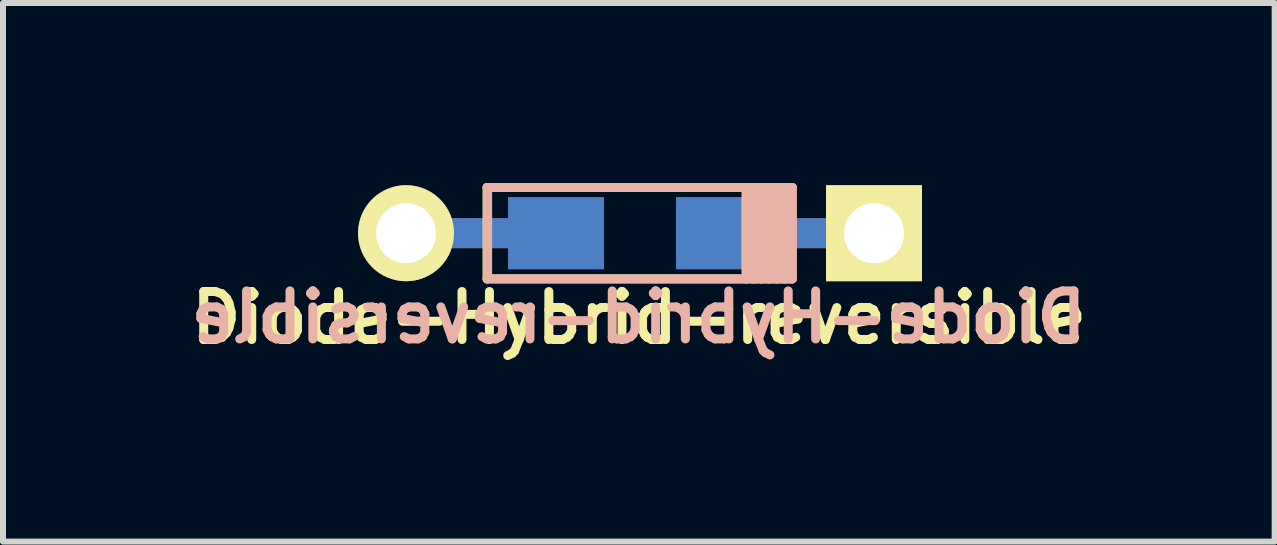
<source format=kicad_pcb>
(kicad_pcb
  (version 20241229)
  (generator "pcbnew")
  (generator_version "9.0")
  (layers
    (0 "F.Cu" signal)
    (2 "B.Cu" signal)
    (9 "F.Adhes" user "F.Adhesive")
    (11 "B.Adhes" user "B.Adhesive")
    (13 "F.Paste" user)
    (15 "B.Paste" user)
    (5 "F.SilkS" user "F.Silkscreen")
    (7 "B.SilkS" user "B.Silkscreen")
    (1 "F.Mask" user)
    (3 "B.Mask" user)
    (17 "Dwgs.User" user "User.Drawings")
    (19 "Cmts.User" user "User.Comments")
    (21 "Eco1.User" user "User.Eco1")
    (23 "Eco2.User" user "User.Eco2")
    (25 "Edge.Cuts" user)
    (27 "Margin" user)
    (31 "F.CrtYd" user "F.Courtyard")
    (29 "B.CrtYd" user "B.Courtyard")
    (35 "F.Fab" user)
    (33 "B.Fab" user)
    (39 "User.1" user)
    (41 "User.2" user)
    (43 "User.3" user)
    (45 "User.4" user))
  (footprint "Diode-Hybrid-reversible"
    (layer "F.Cu")
    (at 7.618 0.837)
    (property "Reference" "Diode-Hybrid-reversible" (at -0.025 1.4 0) (layer "B.SilkS") (effects (font (size 0.8 0.8) (thickness 0.15)) (justify mirror)))
    (attr smd)
    (fp_line (start -2.55 -0.762) (end -2.55 0.762) (stroke (width 0.15) (type solid)) (layer "F.SilkS"))
    (fp_line (start -2.55 0.762) (end 2.53 0.762) (stroke (width 0.15) (type solid)) (layer "F.SilkS"))
    (fp_line (start 1.768 0.762) (end 1.768 -0.762) (stroke (width 0.15) (type solid)) (layer "F.SilkS"))
    (fp_line (start 1.895 0.762) (end 1.895 -0.762) (stroke (width 0.15) (type solid)) (layer "F.SilkS"))
    (fp_line (start 2.022 -0.762) (end 2.022 0.762) (stroke (width 0.15) (type solid)) (layer "F.SilkS"))
    (fp_line (start 2.149 0.762) (end 2.149 -0.762) (stroke (width 0.15) (type solid)) (layer "F.SilkS"))
    (fp_line (start 2.276 -0.762) (end 2.276 0.762) (stroke (width 0.15) (type solid)) (layer "F.SilkS"))
    (fp_line (start 2.403 0.762) (end 2.403 -0.762) (stroke (width 0.15) (type solid)) (layer "F.SilkS"))
    (fp_line (start 2.53 -0.762) (end -2.55 -0.762) (stroke (width 0.15) (type solid)) (layer "F.SilkS"))
    (fp_line (start 2.53 0.762) (end 2.53 -0.762) (stroke (width 0.15) (type solid)) (layer "F.SilkS"))
    (fp_line (start -2.54 -0.762) (end -2.54 0.762) (stroke (width 0.15) (type solid)) (layer "B.SilkS"))
    (fp_line (start -2.54 0.762) (end 2.54 0.762) (stroke (width 0.15) (type solid)) (layer "B.SilkS"))
    (fp_line (start 1.778 0.762) (end 1.778 -0.762) (stroke (width 0.15) (type solid)) (layer "B.SilkS"))
    (fp_line (start 1.905 0.762) (end 1.905 -0.762) (stroke (width 0.15) (type solid)) (layer "B.SilkS"))
    (fp_line (start 2.032 -0.762) (end 2.032 0.762) (stroke (width 0.15) (type solid)) (layer "B.SilkS"))
    (fp_line (start 2.159 0.762) (end 2.159 -0.762) (stroke (width 0.15) (type solid)) (layer "B.SilkS"))
    (fp_line (start 2.286 -0.762) (end 2.286 0.762) (stroke (width 0.15) (type solid)) (layer "B.SilkS"))
    (fp_line (start 2.413 0.762) (end 2.413 -0.762) (stroke (width 0.15) (type solid)) (layer "B.SilkS"))
    (fp_line (start 2.54 -0.762) (end -2.54 -0.762) (stroke (width 0.15) (type solid)) (layer "B.SilkS"))
    (fp_line (start 2.54 0.762) (end 2.54 -0.762) (stroke (width 0.15) (type solid)) (layer "B.SilkS"))
    (fp_text user "${REFERENCE}" (at -0.015 1.41 180) (layer "F.SilkS") (effects (font (size 0.8 0.8) (thickness 0.15))))
    (pad "1" thru_hole circle (at -3.9 0) (size 1.6 1.6) (drill 1) (layers "*.Cu" "*.Mask" "F.SilkS"))
    (pad "1" smd rect (at -2.5 0) (size 2.9 0.5) (layers "F.Cu"))
    (pad "1" smd rect (at -2.45 0) (size 2.9 0.5) (layers "B.Cu"))
    (pad "1" smd rect (at -1.4 0) (size 1.6 1.2) (layers "F.Cu" "F.Mask" "F.Paste"))
    (pad "1" smd rect (at -1.4 0) (size 1.6 1.2) (layers "B.Cu" "B.Mask" "B.Paste"))
    (pad "2" smd rect (at 1.4 0) (size 1.6 1.2) (layers "F.Cu" "F.Mask" "F.Paste"))
    (pad "2" smd rect (at 1.4 0) (size 1.6 1.2) (layers "B.Cu" "B.Mask" "B.Paste"))
    (pad "2" smd rect (at 2.5 0) (size 2.9 0.5) (layers "F.Cu"))
    (pad "2" smd rect (at 2.5 0) (size 2.9 0.5) (layers "B.Cu"))
    (pad "2" thru_hole rect (at 3.9 0) (size 1.6 1.6) (drill 1) (layers "*.Cu" "*.Mask" "F.SilkS")))
  (gr_rect
    (start -3 -3)
    (end 18.196 5.978)
    (stroke (width 0.1) (type default))
    (fill no)
    (layer "Edge.Cuts")))
</source>
